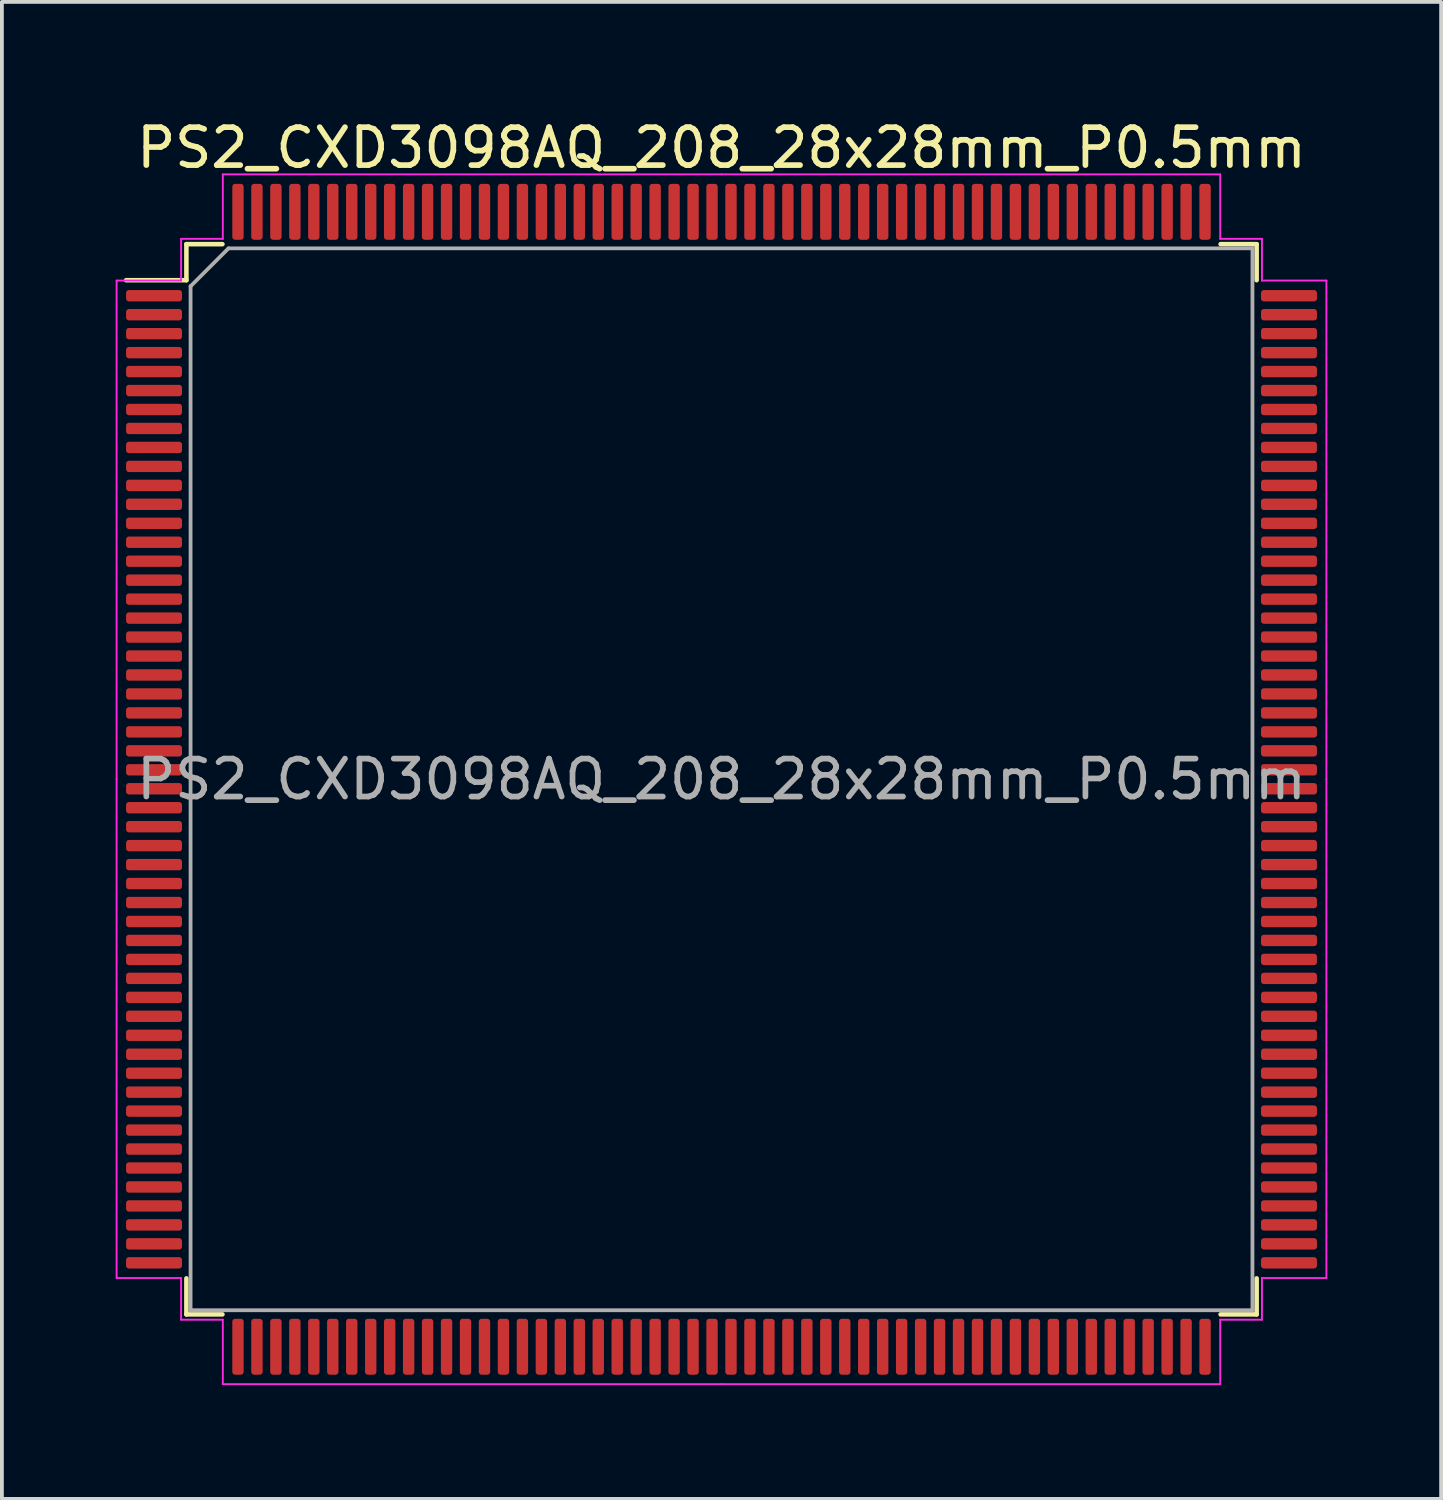
<source format=kicad_pcb>
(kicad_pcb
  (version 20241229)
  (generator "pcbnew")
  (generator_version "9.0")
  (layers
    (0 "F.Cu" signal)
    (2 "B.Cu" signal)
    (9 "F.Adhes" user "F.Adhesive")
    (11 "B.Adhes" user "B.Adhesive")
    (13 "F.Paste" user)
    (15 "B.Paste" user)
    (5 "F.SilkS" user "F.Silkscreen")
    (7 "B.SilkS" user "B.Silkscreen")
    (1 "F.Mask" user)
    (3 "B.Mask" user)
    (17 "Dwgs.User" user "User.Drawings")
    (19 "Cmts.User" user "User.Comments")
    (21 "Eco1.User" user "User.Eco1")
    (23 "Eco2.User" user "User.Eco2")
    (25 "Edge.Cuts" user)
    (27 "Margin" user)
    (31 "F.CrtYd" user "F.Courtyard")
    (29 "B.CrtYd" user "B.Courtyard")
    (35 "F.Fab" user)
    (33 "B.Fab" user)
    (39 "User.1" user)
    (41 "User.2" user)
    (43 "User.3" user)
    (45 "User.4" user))
  (footprint "PS2_CXD3098AQ_208_28x28mm_P0.5mm"
    (layer "F.Cu")
    (at 15.975 17.498)
    (property "Reference" "PS2_CXD3098AQ_208_28x28mm_P0.5mm" (at 0 -16.65 0) (layer "F.SilkS") (effects (font (size 1 1) (thickness 0.15))))
    (attr smd)
    (fp_line (start -14.11 -14.11) (end -14.11 -13.16) (stroke (width 0.12) (type solid)) (layer "F.SilkS"))
    (fp_line (start -14.11 -13.16) (end -15.7 -13.16) (stroke (width 0.12) (type solid)) (layer "F.SilkS"))
    (fp_line (start -14.11 14.11) (end -14.11 13.16) (stroke (width 0.12) (type solid)) (layer "F.SilkS"))
    (fp_line (start -13.16 -14.11) (end -14.11 -14.11) (stroke (width 0.12) (type solid)) (layer "F.SilkS"))
    (fp_line (start -13.16 14.11) (end -14.11 14.11) (stroke (width 0.12) (type solid)) (layer "F.SilkS"))
    (fp_line (start 13.16 -14.11) (end 14.11 -14.11) (stroke (width 0.12) (type solid)) (layer "F.SilkS"))
    (fp_line (start 13.16 14.11) (end 14.11 14.11) (stroke (width 0.12) (type solid)) (layer "F.SilkS"))
    (fp_line (start 14.11 -14.11) (end 14.11 -13.16) (stroke (width 0.12) (type solid)) (layer "F.SilkS"))
    (fp_line (start 14.11 14.11) (end 14.11 13.16) (stroke (width 0.12) (type solid)) (layer "F.SilkS"))
    (fp_line (start -15.95 -13.15) (end -15.95 0) (stroke (width 0.05) (type solid)) (layer "F.CrtYd"))
    (fp_line (start -15.95 13.15) (end -15.95 0) (stroke (width 0.05) (type solid)) (layer "F.CrtYd"))
    (fp_line (start -14.25 -14.25) (end -14.25 -13.15) (stroke (width 0.05) (type solid)) (layer "F.CrtYd"))
    (fp_line (start -14.25 -13.15) (end -15.95 -13.15) (stroke (width 0.05) (type solid)) (layer "F.CrtYd"))
    (fp_line (start -14.25 13.15) (end -15.95 13.15) (stroke (width 0.05) (type solid)) (layer "F.CrtYd"))
    (fp_line (start -14.25 14.25) (end -14.25 13.15) (stroke (width 0.05) (type solid)) (layer "F.CrtYd"))
    (fp_line (start -13.15 -15.95) (end -13.15 -14.25) (stroke (width 0.05) (type solid)) (layer "F.CrtYd"))
    (fp_line (start -13.15 -14.25) (end -14.25 -14.25) (stroke (width 0.05) (type solid)) (layer "F.CrtYd"))
    (fp_line (start -13.15 14.25) (end -14.25 14.25) (stroke (width 0.05) (type solid)) (layer "F.CrtYd"))
    (fp_line (start -13.15 15.95) (end -13.15 14.25) (stroke (width 0.05) (type solid)) (layer "F.CrtYd"))
    (fp_line (start 0 -15.95) (end -13.15 -15.95) (stroke (width 0.05) (type solid)) (layer "F.CrtYd"))
    (fp_line (start 0 -15.95) (end 13.15 -15.95) (stroke (width 0.05) (type solid)) (layer "F.CrtYd"))
    (fp_line (start 0 15.95) (end -13.15 15.95) (stroke (width 0.05) (type solid)) (layer "F.CrtYd"))
    (fp_line (start 0 15.95) (end 13.15 15.95) (stroke (width 0.05) (type solid)) (layer "F.CrtYd"))
    (fp_line (start 13.15 -15.95) (end 13.15 -14.25) (stroke (width 0.05) (type solid)) (layer "F.CrtYd"))
    (fp_line (start 13.15 -14.25) (end 14.25 -14.25) (stroke (width 0.05) (type solid)) (layer "F.CrtYd"))
    (fp_line (start 13.15 14.25) (end 14.25 14.25) (stroke (width 0.05) (type solid)) (layer "F.CrtYd"))
    (fp_line (start 13.15 15.95) (end 13.15 14.25) (stroke (width 0.05) (type solid)) (layer "F.CrtYd"))
    (fp_line (start 14.25 -14.25) (end 14.25 -13.15) (stroke (width 0.05) (type solid)) (layer "F.CrtYd"))
    (fp_line (start 14.25 -13.15) (end 15.95 -13.15) (stroke (width 0.05) (type solid)) (layer "F.CrtYd"))
    (fp_line (start 14.25 13.15) (end 15.95 13.15) (stroke (width 0.05) (type solid)) (layer "F.CrtYd"))
    (fp_line (start 14.25 14.25) (end 14.25 13.15) (stroke (width 0.05) (type solid)) (layer "F.CrtYd"))
    (fp_line (start 15.95 -13.15) (end 15.95 0) (stroke (width 0.05) (type solid)) (layer "F.CrtYd"))
    (fp_line (start 15.95 13.15) (end 15.95 0) (stroke (width 0.05) (type solid)) (layer "F.CrtYd"))
    (fp_line (start -14 -13) (end -13 -14) (stroke (width 0.1) (type solid)) (layer "F.Fab"))
    (fp_line (start -14 14) (end -14 -13) (stroke (width 0.1) (type solid)) (layer "F.Fab"))
    (fp_line (start -13 -14) (end 14 -14) (stroke (width 0.1) (type solid)) (layer "F.Fab"))
    (fp_line (start 14 -14) (end 14 14) (stroke (width 0.1) (type solid)) (layer "F.Fab"))
    (fp_line (start 14 14) (end -14 14) (stroke (width 0.1) (type solid)) (layer "F.Fab"))
    (fp_text user "${REFERENCE}" (at 0 0 0) (layer "F.Fab") (effects (font (size 1 1) (thickness 0.15))))
    (pad "1" smd roundrect (at -14.963 -12.75) (size 1.475 0.3) (layers "F.Cu" "F.Mask" "F.Paste") (roundrect_rratio 0.25))
    (pad "2" smd roundrect (at -14.963 -12.25) (size 1.475 0.3) (layers "F.Cu" "F.Mask" "F.Paste") (roundrect_rratio 0.25))
    (pad "3" smd roundrect (at -14.963 -11.75) (size 1.475 0.3) (layers "F.Cu" "F.Mask" "F.Paste") (roundrect_rratio 0.25))
    (pad "4" smd roundrect (at -14.963 -11.25) (size 1.475 0.3) (layers "F.Cu" "F.Mask" "F.Paste") (roundrect_rratio 0.25))
    (pad "5" smd roundrect (at -14.963 -10.75) (size 1.475 0.3) (layers "F.Cu" "F.Mask" "F.Paste") (roundrect_rratio 0.25))
    (pad "6" smd roundrect (at -14.963 -10.25) (size 1.475 0.3) (layers "F.Cu" "F.Mask" "F.Paste") (roundrect_rratio 0.25))
    (pad "7" smd roundrect (at -14.963 -9.75) (size 1.475 0.3) (layers "F.Cu" "F.Mask" "F.Paste") (roundrect_rratio 0.25))
    (pad "8" smd roundrect (at -14.963 -9.25) (size 1.475 0.3) (layers "F.Cu" "F.Mask" "F.Paste") (roundrect_rratio 0.25))
    (pad "9" smd roundrect (at -14.963 -8.75) (size 1.475 0.3) (layers "F.Cu" "F.Mask" "F.Paste") (roundrect_rratio 0.25))
    (pad "10" smd roundrect (at -14.963 -8.25) (size 1.475 0.3) (layers "F.Cu" "F.Mask" "F.Paste") (roundrect_rratio 0.25))
    (pad "11" smd roundrect (at -14.963 -7.75) (size 1.475 0.3) (layers "F.Cu" "F.Mask" "F.Paste") (roundrect_rratio 0.25))
    (pad "12" smd roundrect (at -14.963 -7.25) (size 1.475 0.3) (layers "F.Cu" "F.Mask" "F.Paste") (roundrect_rratio 0.25))
    (pad "13" smd roundrect (at -14.963 -6.75) (size 1.475 0.3) (layers "F.Cu" "F.Mask" "F.Paste") (roundrect_rratio 0.25))
    (pad "14" smd roundrect (at -14.963 -6.25) (size 1.475 0.3) (layers "F.Cu" "F.Mask" "F.Paste") (roundrect_rratio 0.25))
    (pad "15" smd roundrect (at -14.963 -5.75) (size 1.475 0.3) (layers "F.Cu" "F.Mask" "F.Paste") (roundrect_rratio 0.25))
    (pad "16" smd roundrect (at -14.963 -5.25) (size 1.475 0.3) (layers "F.Cu" "F.Mask" "F.Paste") (roundrect_rratio 0.25))
    (pad "17" smd roundrect (at -14.963 -4.75) (size 1.475 0.3) (layers "F.Cu" "F.Mask" "F.Paste") (roundrect_rratio 0.25))
    (pad "18" smd roundrect (at -14.963 -4.25) (size 1.475 0.3) (layers "F.Cu" "F.Mask" "F.Paste") (roundrect_rratio 0.25))
    (pad "19" smd roundrect (at -14.963 -3.75) (size 1.475 0.3) (layers "F.Cu" "F.Mask" "F.Paste") (roundrect_rratio 0.25))
    (pad "20" smd roundrect (at -14.963 -3.25) (size 1.475 0.3) (layers "F.Cu" "F.Mask" "F.Paste") (roundrect_rratio 0.25))
    (pad "21" smd roundrect (at -14.963 -2.75) (size 1.475 0.3) (layers "F.Cu" "F.Mask" "F.Paste") (roundrect_rratio 0.25))
    (pad "22" smd roundrect (at -14.963 -2.25) (size 1.475 0.3) (layers "F.Cu" "F.Mask" "F.Paste") (roundrect_rratio 0.25))
    (pad "23" smd roundrect (at -14.963 -1.75) (size 1.475 0.3) (layers "F.Cu" "F.Mask" "F.Paste") (roundrect_rratio 0.25))
    (pad "24" smd roundrect (at -14.963 -1.25) (size 1.475 0.3) (layers "F.Cu" "F.Mask" "F.Paste") (roundrect_rratio 0.25))
    (pad "25" smd roundrect (at -14.963 -0.75) (size 1.475 0.3) (layers "F.Cu" "F.Mask" "F.Paste") (roundrect_rratio 0.25))
    (pad "26" smd roundrect (at -14.963 -0.25) (size 1.475 0.3) (layers "F.Cu" "F.Mask" "F.Paste") (roundrect_rratio 0.25))
    (pad "27" smd roundrect (at -14.963 0.25) (size 1.475 0.3) (layers "F.Cu" "F.Mask" "F.Paste") (roundrect_rratio 0.25))
    (pad "28" smd roundrect (at -14.963 0.75) (size 1.475 0.3) (layers "F.Cu" "F.Mask" "F.Paste") (roundrect_rratio 0.25))
    (pad "29" smd roundrect (at -14.963 1.25) (size 1.475 0.3) (layers "F.Cu" "F.Mask" "F.Paste") (roundrect_rratio 0.25))
    (pad "30" smd roundrect (at -14.963 1.75) (size 1.475 0.3) (layers "F.Cu" "F.Mask" "F.Paste") (roundrect_rratio 0.25))
    (pad "31" smd roundrect (at -14.963 2.25) (size 1.475 0.3) (layers "F.Cu" "F.Mask" "F.Paste") (roundrect_rratio 0.25))
    (pad "32" smd roundrect (at -14.963 2.75) (size 1.475 0.3) (layers "F.Cu" "F.Mask" "F.Paste") (roundrect_rratio 0.25))
    (pad "33" smd roundrect (at -14.963 3.25) (size 1.475 0.3) (layers "F.Cu" "F.Mask" "F.Paste") (roundrect_rratio 0.25))
    (pad "34" smd roundrect (at -14.963 3.75) (size 1.475 0.3) (layers "F.Cu" "F.Mask" "F.Paste") (roundrect_rratio 0.25))
    (pad "35" smd roundrect (at -14.963 4.25) (size 1.475 0.3) (layers "F.Cu" "F.Mask" "F.Paste") (roundrect_rratio 0.25))
    (pad "36" smd roundrect (at -14.963 4.75) (size 1.475 0.3) (layers "F.Cu" "F.Mask" "F.Paste") (roundrect_rratio 0.25))
    (pad "37" smd roundrect (at -14.963 5.25) (size 1.475 0.3) (layers "F.Cu" "F.Mask" "F.Paste") (roundrect_rratio 0.25))
    (pad "38" smd roundrect (at -14.963 5.75) (size 1.475 0.3) (layers "F.Cu" "F.Mask" "F.Paste") (roundrect_rratio 0.25))
    (pad "39" smd roundrect (at -14.963 6.25) (size 1.475 0.3) (layers "F.Cu" "F.Mask" "F.Paste") (roundrect_rratio 0.25))
    (pad "40" smd roundrect (at -14.963 6.75) (size 1.475 0.3) (layers "F.Cu" "F.Mask" "F.Paste") (roundrect_rratio 0.25))
    (pad "41" smd roundrect (at -14.963 7.25) (size 1.475 0.3) (layers "F.Cu" "F.Mask" "F.Paste") (roundrect_rratio 0.25))
    (pad "42" smd roundrect (at -14.963 7.75) (size 1.475 0.3) (layers "F.Cu" "F.Mask" "F.Paste") (roundrect_rratio 0.25))
    (pad "43" smd roundrect (at -14.963 8.25) (size 1.475 0.3) (layers "F.Cu" "F.Mask" "F.Paste") (roundrect_rratio 0.25))
    (pad "44" smd roundrect (at -14.963 8.75) (size 1.475 0.3) (layers "F.Cu" "F.Mask" "F.Paste") (roundrect_rratio 0.25))
    (pad "45" smd roundrect (at -14.963 9.25) (size 1.475 0.3) (layers "F.Cu" "F.Mask" "F.Paste") (roundrect_rratio 0.25))
    (pad "46" smd roundrect (at -14.963 9.75) (size 1.475 0.3) (layers "F.Cu" "F.Mask" "F.Paste") (roundrect_rratio 0.25))
    (pad "47" smd roundrect (at -14.963 10.25) (size 1.475 0.3) (layers "F.Cu" "F.Mask" "F.Paste") (roundrect_rratio 0.25))
    (pad "48" smd roundrect (at -14.963 10.75) (size 1.475 0.3) (layers "F.Cu" "F.Mask" "F.Paste") (roundrect_rratio 0.25))
    (pad "49" smd roundrect (at -14.963 11.25) (size 1.475 0.3) (layers "F.Cu" "F.Mask" "F.Paste") (roundrect_rratio 0.25))
    (pad "50" smd roundrect (at -14.963 11.75) (size 1.475 0.3) (layers "F.Cu" "F.Mask" "F.Paste") (roundrect_rratio 0.25))
    (pad "51" smd roundrect (at -14.963 12.25) (size 1.475 0.3) (layers "F.Cu" "F.Mask" "F.Paste") (roundrect_rratio 0.25))
    (pad "52" smd roundrect (at -14.963 12.75) (size 1.475 0.3) (layers "F.Cu" "F.Mask" "F.Paste") (roundrect_rratio 0.25))
    (pad "53" smd roundrect (at -12.75 14.963) (size 0.3 1.475) (layers "F.Cu" "F.Mask" "F.Paste") (roundrect_rratio 0.25))
    (pad "54" smd roundrect (at -12.25 14.963) (size 0.3 1.475) (layers "F.Cu" "F.Mask" "F.Paste") (roundrect_rratio 0.25))
    (pad "55" smd roundrect (at -11.75 14.963) (size 0.3 1.475) (layers "F.Cu" "F.Mask" "F.Paste") (roundrect_rratio 0.25))
    (pad "56" smd roundrect (at -11.25 14.963) (size 0.3 1.475) (layers "F.Cu" "F.Mask" "F.Paste") (roundrect_rratio 0.25))
    (pad "57" smd roundrect (at -10.75 14.963) (size 0.3 1.475) (layers "F.Cu" "F.Mask" "F.Paste") (roundrect_rratio 0.25))
    (pad "58" smd roundrect (at -10.25 14.963) (size 0.3 1.475) (layers "F.Cu" "F.Mask" "F.Paste") (roundrect_rratio 0.25))
    (pad "59" smd roundrect (at -9.75 14.963) (size 0.3 1.475) (layers "F.Cu" "F.Mask" "F.Paste") (roundrect_rratio 0.25))
    (pad "60" smd roundrect (at -9.25 14.963) (size 0.3 1.475) (layers "F.Cu" "F.Mask" "F.Paste") (roundrect_rratio 0.25))
    (pad "61" smd roundrect (at -8.75 14.963) (size 0.3 1.475) (layers "F.Cu" "F.Mask" "F.Paste") (roundrect_rratio 0.25))
    (pad "62" smd roundrect (at -8.25 14.963) (size 0.3 1.475) (layers "F.Cu" "F.Mask" "F.Paste") (roundrect_rratio 0.25))
    (pad "63" smd roundrect (at -7.75 14.963) (size 0.3 1.475) (layers "F.Cu" "F.Mask" "F.Paste") (roundrect_rratio 0.25))
    (pad "64" smd roundrect (at -7.25 14.963) (size 0.3 1.475) (layers "F.Cu" "F.Mask" "F.Paste") (roundrect_rratio 0.25))
    (pad "65" smd roundrect (at -6.75 14.963) (size 0.3 1.475) (layers "F.Cu" "F.Mask" "F.Paste") (roundrect_rratio 0.25))
    (pad "66" smd roundrect (at -6.25 14.963) (size 0.3 1.475) (layers "F.Cu" "F.Mask" "F.Paste") (roundrect_rratio 0.25))
    (pad "67" smd roundrect (at -5.75 14.963) (size 0.3 1.475) (layers "F.Cu" "F.Mask" "F.Paste") (roundrect_rratio 0.25))
    (pad "68" smd roundrect (at -5.25 14.963) (size 0.3 1.475) (layers "F.Cu" "F.Mask" "F.Paste") (roundrect_rratio 0.25))
    (pad "69" smd roundrect (at -4.75 14.963) (size 0.3 1.475) (layers "F.Cu" "F.Mask" "F.Paste") (roundrect_rratio 0.25))
    (pad "70" smd roundrect (at -4.25 14.963) (size 0.3 1.475) (layers "F.Cu" "F.Mask" "F.Paste") (roundrect_rratio 0.25))
    (pad "71" smd roundrect (at -3.75 14.963) (size 0.3 1.475) (layers "F.Cu" "F.Mask" "F.Paste") (roundrect_rratio 0.25))
    (pad "72" smd roundrect (at -3.25 14.963) (size 0.3 1.475) (layers "F.Cu" "F.Mask" "F.Paste") (roundrect_rratio 0.25))
    (pad "73" smd roundrect (at -2.75 14.963) (size 0.3 1.475) (layers "F.Cu" "F.Mask" "F.Paste") (roundrect_rratio 0.25))
    (pad "74" smd roundrect (at -2.25 14.963) (size 0.3 1.475) (layers "F.Cu" "F.Mask" "F.Paste") (roundrect_rratio 0.25))
    (pad "75" smd roundrect (at -1.75 14.963) (size 0.3 1.475) (layers "F.Cu" "F.Mask" "F.Paste") (roundrect_rratio 0.25))
    (pad "76" smd roundrect (at -1.25 14.963) (size 0.3 1.475) (layers "F.Cu" "F.Mask" "F.Paste") (roundrect_rratio 0.25))
    (pad "77" smd roundrect (at -0.75 14.963) (size 0.3 1.475) (layers "F.Cu" "F.Mask" "F.Paste") (roundrect_rratio 0.25))
    (pad "78" smd roundrect (at -0.25 14.963) (size 0.3 1.475) (layers "F.Cu" "F.Mask" "F.Paste") (roundrect_rratio 0.25))
    (pad "79" smd roundrect (at 0.25 14.963) (size 0.3 1.475) (layers "F.Cu" "F.Mask" "F.Paste") (roundrect_rratio 0.25))
    (pad "80" smd roundrect (at 0.75 14.963) (size 0.3 1.475) (layers "F.Cu" "F.Mask" "F.Paste") (roundrect_rratio 0.25))
    (pad "81" smd roundrect (at 1.25 14.963) (size 0.3 1.475) (layers "F.Cu" "F.Mask" "F.Paste") (roundrect_rratio 0.25))
    (pad "82" smd roundrect (at 1.75 14.963) (size 0.3 1.475) (layers "F.Cu" "F.Mask" "F.Paste") (roundrect_rratio 0.25))
    (pad "83" smd roundrect (at 2.25 14.963) (size 0.3 1.475) (layers "F.Cu" "F.Mask" "F.Paste") (roundrect_rratio 0.25))
    (pad "84" smd roundrect (at 2.75 14.963) (size 0.3 1.475) (layers "F.Cu" "F.Mask" "F.Paste") (roundrect_rratio 0.25))
    (pad "85" smd roundrect (at 3.25 14.963) (size 0.3 1.475) (layers "F.Cu" "F.Mask" "F.Paste") (roundrect_rratio 0.25))
    (pad "86" smd roundrect (at 3.75 14.963) (size 0.3 1.475) (layers "F.Cu" "F.Mask" "F.Paste") (roundrect_rratio 0.25))
    (pad "87" smd roundrect (at 4.25 14.963) (size 0.3 1.475) (layers "F.Cu" "F.Mask" "F.Paste") (roundrect_rratio 0.25))
    (pad "88" smd roundrect (at 4.75 14.963) (size 0.3 1.475) (layers "F.Cu" "F.Mask" "F.Paste") (roundrect_rratio 0.25))
    (pad "89" smd roundrect (at 5.25 14.963) (size 0.3 1.475) (layers "F.Cu" "F.Mask" "F.Paste") (roundrect_rratio 0.25))
    (pad "90" smd roundrect (at 5.75 14.963) (size 0.3 1.475) (layers "F.Cu" "F.Mask" "F.Paste") (roundrect_rratio 0.25))
    (pad "91" smd roundrect (at 6.25 14.963) (size 0.3 1.475) (layers "F.Cu" "F.Mask" "F.Paste") (roundrect_rratio 0.25))
    (pad "92" smd roundrect (at 6.75 14.963) (size 0.3 1.475) (layers "F.Cu" "F.Mask" "F.Paste") (roundrect_rratio 0.25))
    (pad "93" smd roundrect (at 7.25 14.963) (size 0.3 1.475) (layers "F.Cu" "F.Mask" "F.Paste") (roundrect_rratio 0.25))
    (pad "94" smd roundrect (at 7.75 14.963) (size 0.3 1.475) (layers "F.Cu" "F.Mask" "F.Paste") (roundrect_rratio 0.25))
    (pad "95" smd roundrect (at 8.25 14.963) (size 0.3 1.475) (layers "F.Cu" "F.Mask" "F.Paste") (roundrect_rratio 0.25))
    (pad "96" smd roundrect (at 8.75 14.963) (size 0.3 1.475) (layers "F.Cu" "F.Mask" "F.Paste") (roundrect_rratio 0.25))
    (pad "97" smd roundrect (at 9.25 14.963) (size 0.3 1.475) (layers "F.Cu" "F.Mask" "F.Paste") (roundrect_rratio 0.25))
    (pad "98" smd roundrect (at 9.75 14.963) (size 0.3 1.475) (layers "F.Cu" "F.Mask" "F.Paste") (roundrect_rratio 0.25))
    (pad "99" smd roundrect (at 10.25 14.963) (size 0.3 1.475) (layers "F.Cu" "F.Mask" "F.Paste") (roundrect_rratio 0.25))
    (pad "100" smd roundrect (at 10.75 14.963) (size 0.3 1.475) (layers "F.Cu" "F.Mask" "F.Paste") (roundrect_rratio 0.25))
    (pad "101" smd roundrect (at 11.25 14.963) (size 0.3 1.475) (layers "F.Cu" "F.Mask" "F.Paste") (roundrect_rratio 0.25))
    (pad "102" smd roundrect (at 11.75 14.963) (size 0.3 1.475) (layers "F.Cu" "F.Mask" "F.Paste") (roundrect_rratio 0.25))
    (pad "103" smd roundrect (at 12.25 14.963) (size 0.3 1.475) (layers "F.Cu" "F.Mask" "F.Paste") (roundrect_rratio 0.25))
    (pad "104" smd roundrect (at 12.75 14.963) (size 0.3 1.475) (layers "F.Cu" "F.Mask" "F.Paste") (roundrect_rratio 0.25))
    (pad "105" smd roundrect (at 14.963 12.75) (size 1.475 0.3) (layers "F.Cu" "F.Mask" "F.Paste") (roundrect_rratio 0.25))
    (pad "106" smd roundrect (at 14.963 12.25) (size 1.475 0.3) (layers "F.Cu" "F.Mask" "F.Paste") (roundrect_rratio 0.25))
    (pad "107" smd roundrect (at 14.963 11.75) (size 1.475 0.3) (layers "F.Cu" "F.Mask" "F.Paste") (roundrect_rratio 0.25))
    (pad "108" smd roundrect (at 14.963 11.25) (size 1.475 0.3) (layers "F.Cu" "F.Mask" "F.Paste") (roundrect_rratio 0.25))
    (pad "109" smd roundrect (at 14.963 10.75) (size 1.475 0.3) (layers "F.Cu" "F.Mask" "F.Paste") (roundrect_rratio 0.25))
    (pad "110" smd roundrect (at 14.963 10.25) (size 1.475 0.3) (layers "F.Cu" "F.Mask" "F.Paste") (roundrect_rratio 0.25))
    (pad "111" smd roundrect (at 14.963 9.75) (size 1.475 0.3) (layers "F.Cu" "F.Mask" "F.Paste") (roundrect_rratio 0.25))
    (pad "112" smd roundrect (at 14.963 9.25) (size 1.475 0.3) (layers "F.Cu" "F.Mask" "F.Paste") (roundrect_rratio 0.25))
    (pad "113" smd roundrect (at 14.963 8.75) (size 1.475 0.3) (layers "F.Cu" "F.Mask" "F.Paste") (roundrect_rratio 0.25))
    (pad "114" smd roundrect (at 14.963 8.25) (size 1.475 0.3) (layers "F.Cu" "F.Mask" "F.Paste") (roundrect_rratio 0.25))
    (pad "115" smd roundrect (at 14.963 7.75) (size 1.475 0.3) (layers "F.Cu" "F.Mask" "F.Paste") (roundrect_rratio 0.25))
    (pad "116" smd roundrect (at 14.963 7.25) (size 1.475 0.3) (layers "F.Cu" "F.Mask" "F.Paste") (roundrect_rratio 0.25))
    (pad "117" smd roundrect (at 14.963 6.75) (size 1.475 0.3) (layers "F.Cu" "F.Mask" "F.Paste") (roundrect_rratio 0.25))
    (pad "118" smd roundrect (at 14.963 6.25) (size 1.475 0.3) (layers "F.Cu" "F.Mask" "F.Paste") (roundrect_rratio 0.25))
    (pad "119" smd roundrect (at 14.963 5.75) (size 1.475 0.3) (layers "F.Cu" "F.Mask" "F.Paste") (roundrect_rratio 0.25))
    (pad "120" smd roundrect (at 14.963 5.25) (size 1.475 0.3) (layers "F.Cu" "F.Mask" "F.Paste") (roundrect_rratio 0.25))
    (pad "121" smd roundrect (at 14.963 4.75) (size 1.475 0.3) (layers "F.Cu" "F.Mask" "F.Paste") (roundrect_rratio 0.25))
    (pad "122" smd roundrect (at 14.963 4.25) (size 1.475 0.3) (layers "F.Cu" "F.Mask" "F.Paste") (roundrect_rratio 0.25))
    (pad "123" smd roundrect (at 14.963 3.75) (size 1.475 0.3) (layers "F.Cu" "F.Mask" "F.Paste") (roundrect_rratio 0.25))
    (pad "124" smd roundrect (at 14.963 3.25) (size 1.475 0.3) (layers "F.Cu" "F.Mask" "F.Paste") (roundrect_rratio 0.25))
    (pad "125" smd roundrect (at 14.963 2.75) (size 1.475 0.3) (layers "F.Cu" "F.Mask" "F.Paste") (roundrect_rratio 0.25))
    (pad "126" smd roundrect (at 14.963 2.25) (size 1.475 0.3) (layers "F.Cu" "F.Mask" "F.Paste") (roundrect_rratio 0.25))
    (pad "127" smd roundrect (at 14.963 1.75) (size 1.475 0.3) (layers "F.Cu" "F.Mask" "F.Paste") (roundrect_rratio 0.25))
    (pad "128" smd roundrect (at 14.963 1.25) (size 1.475 0.3) (layers "F.Cu" "F.Mask" "F.Paste") (roundrect_rratio 0.25))
    (pad "129" smd roundrect (at 14.963 0.75) (size 1.475 0.3) (layers "F.Cu" "F.Mask" "F.Paste") (roundrect_rratio 0.25))
    (pad "130" smd roundrect (at 14.963 0.25) (size 1.475 0.3) (layers "F.Cu" "F.Mask" "F.Paste") (roundrect_rratio 0.25))
    (pad "131" smd roundrect (at 14.963 -0.25) (size 1.475 0.3) (layers "F.Cu" "F.Mask" "F.Paste") (roundrect_rratio 0.25))
    (pad "132" smd roundrect (at 14.963 -0.75) (size 1.475 0.3) (layers "F.Cu" "F.Mask" "F.Paste") (roundrect_rratio 0.25))
    (pad "133" smd roundrect (at 14.963 -1.25) (size 1.475 0.3) (layers "F.Cu" "F.Mask" "F.Paste") (roundrect_rratio 0.25))
    (pad "134" smd roundrect (at 14.963 -1.75) (size 1.475 0.3) (layers "F.Cu" "F.Mask" "F.Paste") (roundrect_rratio 0.25))
    (pad "135" smd roundrect (at 14.963 -2.25) (size 1.475 0.3) (layers "F.Cu" "F.Mask" "F.Paste") (roundrect_rratio 0.25))
    (pad "136" smd roundrect (at 14.963 -2.75) (size 1.475 0.3) (layers "F.Cu" "F.Mask" "F.Paste") (roundrect_rratio 0.25))
    (pad "137" smd roundrect (at 14.963 -3.25) (size 1.475 0.3) (layers "F.Cu" "F.Mask" "F.Paste") (roundrect_rratio 0.25))
    (pad "138" smd roundrect (at 14.963 -3.75) (size 1.475 0.3) (layers "F.Cu" "F.Mask" "F.Paste") (roundrect_rratio 0.25))
    (pad "139" smd roundrect (at 14.963 -4.25) (size 1.475 0.3) (layers "F.Cu" "F.Mask" "F.Paste") (roundrect_rratio 0.25))
    (pad "140" smd roundrect (at 14.963 -4.75) (size 1.475 0.3) (layers "F.Cu" "F.Mask" "F.Paste") (roundrect_rratio 0.25))
    (pad "141" smd roundrect (at 14.963 -5.25) (size 1.475 0.3) (layers "F.Cu" "F.Mask" "F.Paste") (roundrect_rratio 0.25))
    (pad "142" smd roundrect (at 14.963 -5.75) (size 1.475 0.3) (layers "F.Cu" "F.Mask" "F.Paste") (roundrect_rratio 0.25))
    (pad "143" smd roundrect (at 14.963 -6.25) (size 1.475 0.3) (layers "F.Cu" "F.Mask" "F.Paste") (roundrect_rratio 0.25))
    (pad "144" smd roundrect (at 14.963 -6.75) (size 1.475 0.3) (layers "F.Cu" "F.Mask" "F.Paste") (roundrect_rratio 0.25))
    (pad "145" smd roundrect (at 14.963 -7.25) (size 1.475 0.3) (layers "F.Cu" "F.Mask" "F.Paste") (roundrect_rratio 0.25))
    (pad "146" smd roundrect (at 14.963 -7.75) (size 1.475 0.3) (layers "F.Cu" "F.Mask" "F.Paste") (roundrect_rratio 0.25))
    (pad "147" smd roundrect (at 14.963 -8.25) (size 1.475 0.3) (layers "F.Cu" "F.Mask" "F.Paste") (roundrect_rratio 0.25))
    (pad "148" smd roundrect (at 14.963 -8.75) (size 1.475 0.3) (layers "F.Cu" "F.Mask" "F.Paste") (roundrect_rratio 0.25))
    (pad "149" smd roundrect (at 14.963 -9.25) (size 1.475 0.3) (layers "F.Cu" "F.Mask" "F.Paste") (roundrect_rratio 0.25))
    (pad "150" smd roundrect (at 14.963 -9.75) (size 1.475 0.3) (layers "F.Cu" "F.Mask" "F.Paste") (roundrect_rratio 0.25))
    (pad "151" smd roundrect (at 14.963 -10.25) (size 1.475 0.3) (layers "F.Cu" "F.Mask" "F.Paste") (roundrect_rratio 0.25))
    (pad "152" smd roundrect (at 14.963 -10.75) (size 1.475 0.3) (layers "F.Cu" "F.Mask" "F.Paste") (roundrect_rratio 0.25))
    (pad "153" smd roundrect (at 14.963 -11.25) (size 1.475 0.3) (layers "F.Cu" "F.Mask" "F.Paste") (roundrect_rratio 0.25))
    (pad "154" smd roundrect (at 14.963 -11.75) (size 1.475 0.3) (layers "F.Cu" "F.Mask" "F.Paste") (roundrect_rratio 0.25))
    (pad "155" smd roundrect (at 14.963 -12.25) (size 1.475 0.3) (layers "F.Cu" "F.Mask" "F.Paste") (roundrect_rratio 0.25))
    (pad "156" smd roundrect (at 14.963 -12.75) (size 1.475 0.3) (layers "F.Cu" "F.Mask" "F.Paste") (roundrect_rratio 0.25))
    (pad "157" smd roundrect (at 12.75 -14.963) (size 0.3 1.475) (layers "F.Cu" "F.Mask" "F.Paste") (roundrect_rratio 0.25))
    (pad "158" smd roundrect (at 12.25 -14.963) (size 0.3 1.475) (layers "F.Cu" "F.Mask" "F.Paste") (roundrect_rratio 0.25))
    (pad "159" smd roundrect (at 11.75 -14.963) (size 0.3 1.475) (layers "F.Cu" "F.Mask" "F.Paste") (roundrect_rratio 0.25))
    (pad "160" smd roundrect (at 11.25 -14.963) (size 0.3 1.475) (layers "F.Cu" "F.Mask" "F.Paste") (roundrect_rratio 0.25))
    (pad "161" smd roundrect (at 10.75 -14.963) (size 0.3 1.475) (layers "F.Cu" "F.Mask" "F.Paste") (roundrect_rratio 0.25))
    (pad "162" smd roundrect (at 10.25 -14.963) (size 0.3 1.475) (layers "F.Cu" "F.Mask" "F.Paste") (roundrect_rratio 0.25))
    (pad "163" smd roundrect (at 9.75 -14.963) (size 0.3 1.475) (layers "F.Cu" "F.Mask" "F.Paste") (roundrect_rratio 0.25))
    (pad "164" smd roundrect (at 9.25 -14.963) (size 0.3 1.475) (layers "F.Cu" "F.Mask" "F.Paste") (roundrect_rratio 0.25))
    (pad "165" smd roundrect (at 8.75 -14.963) (size 0.3 1.475) (layers "F.Cu" "F.Mask" "F.Paste") (roundrect_rratio 0.25))
    (pad "166" smd roundrect (at 8.25 -14.963) (size 0.3 1.475) (layers "F.Cu" "F.Mask" "F.Paste") (roundrect_rratio 0.25))
    (pad "167" smd roundrect (at 7.75 -14.963) (size 0.3 1.475) (layers "F.Cu" "F.Mask" "F.Paste") (roundrect_rratio 0.25))
    (pad "168" smd roundrect (at 7.25 -14.963) (size 0.3 1.475) (layers "F.Cu" "F.Mask" "F.Paste") (roundrect_rratio 0.25))
    (pad "169" smd roundrect (at 6.75 -14.963) (size 0.3 1.475) (layers "F.Cu" "F.Mask" "F.Paste") (roundrect_rratio 0.25))
    (pad "170" smd roundrect (at 6.25 -14.963) (size 0.3 1.475) (layers "F.Cu" "F.Mask" "F.Paste") (roundrect_rratio 0.25))
    (pad "171" smd roundrect (at 5.75 -14.963) (size 0.3 1.475) (layers "F.Cu" "F.Mask" "F.Paste") (roundrect_rratio 0.25))
    (pad "172" smd roundrect (at 5.25 -14.963) (size 0.3 1.475) (layers "F.Cu" "F.Mask" "F.Paste") (roundrect_rratio 0.25))
    (pad "173" smd roundrect (at 4.75 -14.963) (size 0.3 1.475) (layers "F.Cu" "F.Mask" "F.Paste") (roundrect_rratio 0.25))
    (pad "174" smd roundrect (at 4.25 -14.963) (size 0.3 1.475) (layers "F.Cu" "F.Mask" "F.Paste") (roundrect_rratio 0.25))
    (pad "175" smd roundrect (at 3.75 -14.963) (size 0.3 1.475) (layers "F.Cu" "F.Mask" "F.Paste") (roundrect_rratio 0.25))
    (pad "176" smd roundrect (at 3.25 -14.963) (size 0.3 1.475) (layers "F.Cu" "F.Mask" "F.Paste") (roundrect_rratio 0.25))
    (pad "177" smd roundrect (at 2.75 -14.963) (size 0.3 1.475) (layers "F.Cu" "F.Mask" "F.Paste") (roundrect_rratio 0.25))
    (pad "178" smd roundrect (at 2.25 -14.963) (size 0.3 1.475) (layers "F.Cu" "F.Mask" "F.Paste") (roundrect_rratio 0.25))
    (pad "179" smd roundrect (at 1.75 -14.963) (size 0.3 1.475) (layers "F.Cu" "F.Mask" "F.Paste") (roundrect_rratio 0.25))
    (pad "180" smd roundrect (at 1.25 -14.963) (size 0.3 1.475) (layers "F.Cu" "F.Mask" "F.Paste") (roundrect_rratio 0.25))
    (pad "181" smd roundrect (at 0.75 -14.963) (size 0.3 1.475) (layers "F.Cu" "F.Mask" "F.Paste") (roundrect_rratio 0.25))
    (pad "182" smd roundrect (at 0.25 -14.963) (size 0.3 1.475) (layers "F.Cu" "F.Mask" "F.Paste") (roundrect_rratio 0.25))
    (pad "183" smd roundrect (at -0.25 -14.963) (size 0.3 1.475) (layers "F.Cu" "F.Mask" "F.Paste") (roundrect_rratio 0.25))
    (pad "184" smd roundrect (at -0.75 -14.963) (size 0.3 1.475) (layers "F.Cu" "F.Mask" "F.Paste") (roundrect_rratio 0.25))
    (pad "185" smd roundrect (at -1.25 -14.963) (size 0.3 1.475) (layers "F.Cu" "F.Mask" "F.Paste") (roundrect_rratio 0.25))
    (pad "186" smd roundrect (at -1.75 -14.963) (size 0.3 1.475) (layers "F.Cu" "F.Mask" "F.Paste") (roundrect_rratio 0.25))
    (pad "187" smd roundrect (at -2.25 -14.963) (size 0.3 1.475) (layers "F.Cu" "F.Mask" "F.Paste") (roundrect_rratio 0.25))
    (pad "188" smd roundrect (at -2.75 -14.963) (size 0.3 1.475) (layers "F.Cu" "F.Mask" "F.Paste") (roundrect_rratio 0.25))
    (pad "189" smd roundrect (at -3.25 -14.963) (size 0.3 1.475) (layers "F.Cu" "F.Mask" "F.Paste") (roundrect_rratio 0.25))
    (pad "190" smd roundrect (at -3.75 -14.963) (size 0.3 1.475) (layers "F.Cu" "F.Mask" "F.Paste") (roundrect_rratio 0.25))
    (pad "191" smd roundrect (at -4.25 -14.963) (size 0.3 1.475) (layers "F.Cu" "F.Mask" "F.Paste") (roundrect_rratio 0.25))
    (pad "192" smd roundrect (at -4.75 -14.963) (size 0.3 1.475) (layers "F.Cu" "F.Mask" "F.Paste") (roundrect_rratio 0.25))
    (pad "193" smd roundrect (at -5.25 -14.963) (size 0.3 1.475) (layers "F.Cu" "F.Mask" "F.Paste") (roundrect_rratio 0.25))
    (pad "194" smd roundrect (at -5.75 -14.963) (size 0.3 1.475) (layers "F.Cu" "F.Mask" "F.Paste") (roundrect_rratio 0.25))
    (pad "195" smd roundrect (at -6.25 -14.963) (size 0.3 1.475) (layers "F.Cu" "F.Mask" "F.Paste") (roundrect_rratio 0.25))
    (pad "196" smd roundrect (at -6.75 -14.963) (size 0.3 1.475) (layers "F.Cu" "F.Mask" "F.Paste") (roundrect_rratio 0.25))
    (pad "197" smd roundrect (at -7.25 -14.963) (size 0.3 1.475) (layers "F.Cu" "F.Mask" "F.Paste") (roundrect_rratio 0.25))
    (pad "198" smd roundrect (at -7.75 -14.963) (size 0.3 1.475) (layers "F.Cu" "F.Mask" "F.Paste") (roundrect_rratio 0.25))
    (pad "199" smd roundrect (at -8.25 -14.963) (size 0.3 1.475) (layers "F.Cu" "F.Mask" "F.Paste") (roundrect_rratio 0.25))
    (pad "200" smd roundrect (at -8.75 -14.963) (size 0.3 1.475) (layers "F.Cu" "F.Mask" "F.Paste") (roundrect_rratio 0.25))
    (pad "201" smd roundrect (at -9.25 -14.963) (size 0.3 1.475) (layers "F.Cu" "F.Mask" "F.Paste") (roundrect_rratio 0.25))
    (pad "202" smd roundrect (at -9.75 -14.963) (size 0.3 1.475) (layers "F.Cu" "F.Mask" "F.Paste") (roundrect_rratio 0.25))
    (pad "203" smd roundrect (at -10.25 -14.963) (size 0.3 1.475) (layers "F.Cu" "F.Mask" "F.Paste") (roundrect_rratio 0.25))
    (pad "204" smd roundrect (at -10.75 -14.963) (size 0.3 1.475) (layers "F.Cu" "F.Mask" "F.Paste") (roundrect_rratio 0.25))
    (pad "205" smd roundrect (at -11.25 -14.963) (size 0.3 1.475) (layers "F.Cu" "F.Mask" "F.Paste") (roundrect_rratio 0.25))
    (pad "206" smd roundrect (at -11.75 -14.963) (size 0.3 1.475) (layers "F.Cu" "F.Mask" "F.Paste") (roundrect_rratio 0.25))
    (pad "207" smd roundrect (at -12.25 -14.963) (size 0.3 1.475) (layers "F.Cu" "F.Mask" "F.Paste") (roundrect_rratio 0.25))
    (pad "208" smd roundrect (at -12.75 -14.963) (size 0.3 1.475) (layers "F.Cu" "F.Mask" "F.Paste") (roundrect_rratio 0.25)))
  (gr_rect
    (start -3 -3)
    (end 34.95 36.473)
    (stroke (width 0.1) (type default))
    (fill no)
    (layer "Edge.Cuts")))
</source>
